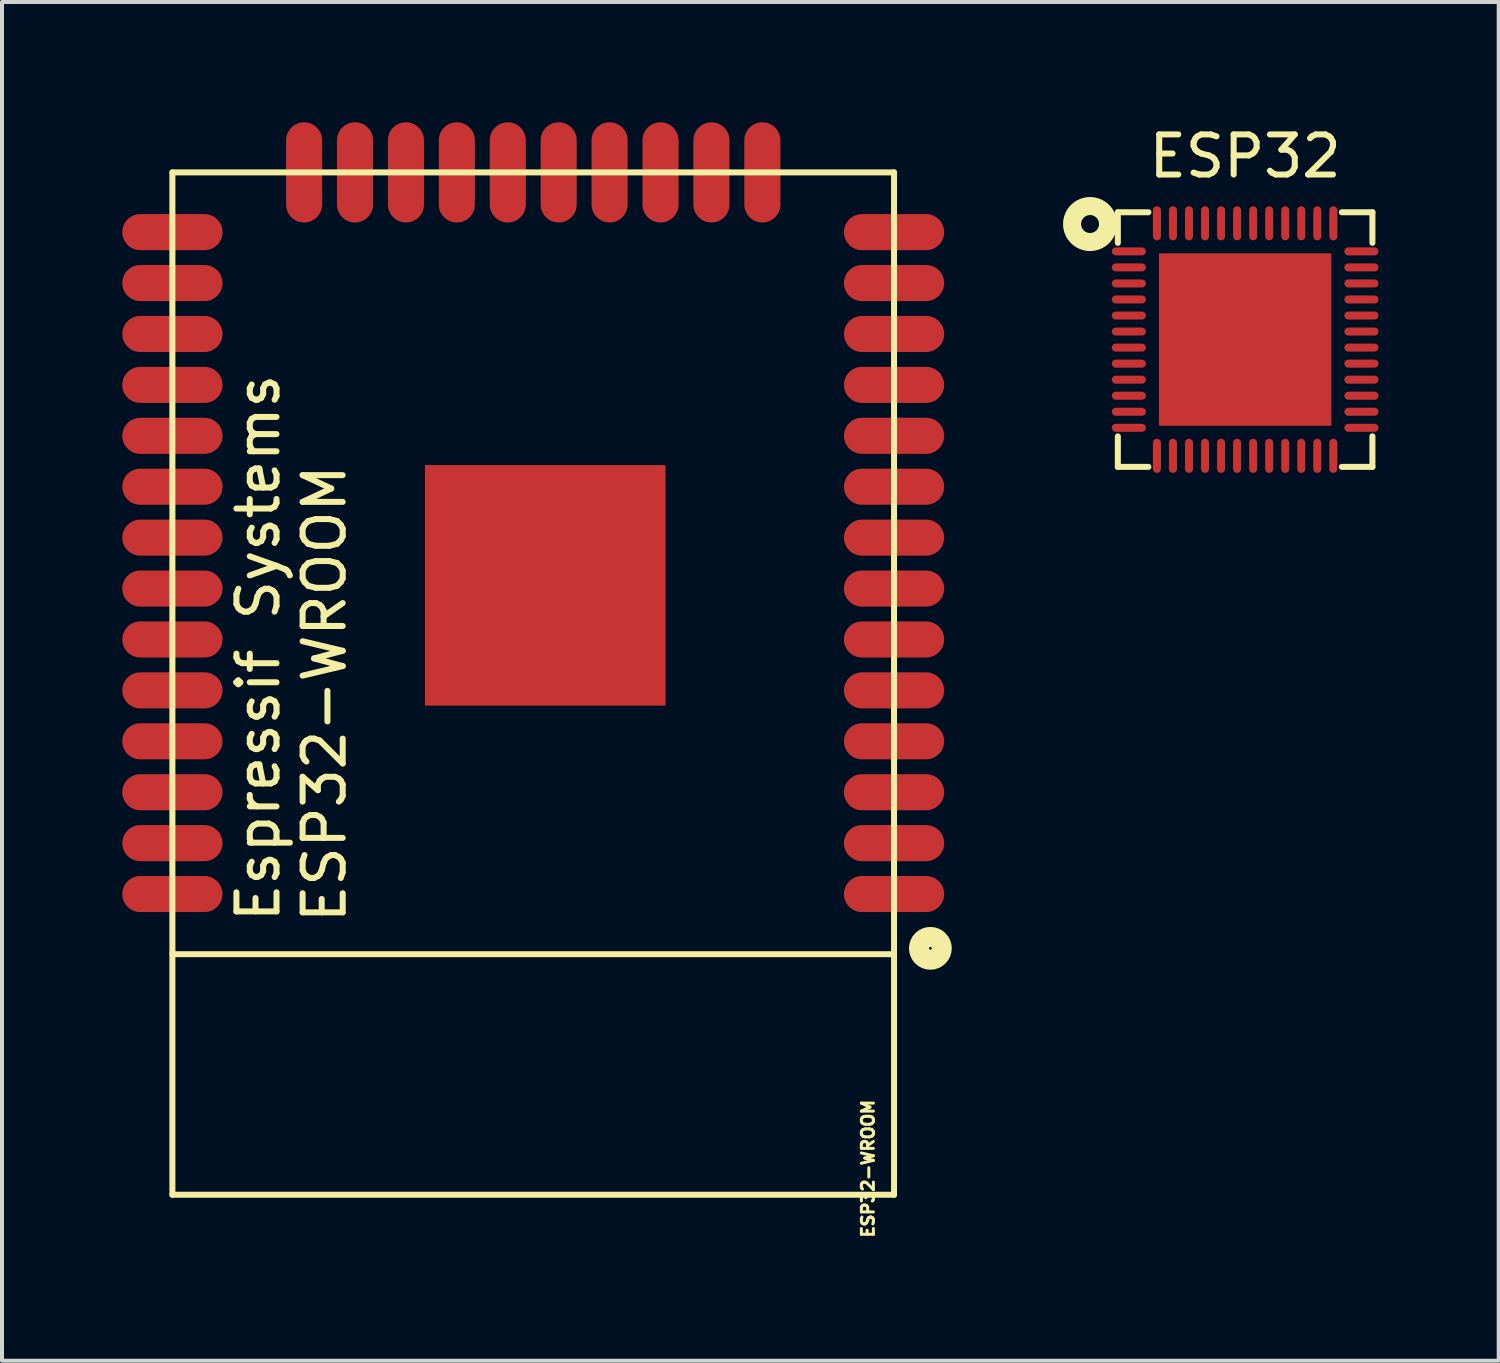
<source format=kicad_pcb>
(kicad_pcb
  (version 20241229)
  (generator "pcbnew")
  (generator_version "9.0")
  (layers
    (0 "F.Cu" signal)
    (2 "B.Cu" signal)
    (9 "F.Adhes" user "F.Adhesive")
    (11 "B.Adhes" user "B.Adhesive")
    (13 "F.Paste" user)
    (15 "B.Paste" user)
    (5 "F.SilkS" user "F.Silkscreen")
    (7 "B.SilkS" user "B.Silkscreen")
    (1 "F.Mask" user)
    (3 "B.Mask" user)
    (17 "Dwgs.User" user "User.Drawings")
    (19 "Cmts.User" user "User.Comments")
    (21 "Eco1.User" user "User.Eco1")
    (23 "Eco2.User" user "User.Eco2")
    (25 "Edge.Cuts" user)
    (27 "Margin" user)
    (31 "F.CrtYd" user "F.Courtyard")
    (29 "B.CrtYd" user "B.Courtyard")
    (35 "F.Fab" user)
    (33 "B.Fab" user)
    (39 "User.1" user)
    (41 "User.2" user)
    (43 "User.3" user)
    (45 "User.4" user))
  (footprint "ESP32-WROOM"
    (layer "F.Cu")
    (at 10.25 14)
    (property "Reference" "ESP32-WROOM" (at 8.35 12.1 90) (layer "F.SilkS") (effects (font (size 0.3 0.3) (thickness 0.075))))
    (attr smd)
    (fp_line (start -9 -12.75) (end 9 -12.75) (stroke (width 0.15) (type solid)) (layer "F.SilkS"))
    (fp_line (start -9 6.75) (end 9 6.75) (stroke (width 0.15) (type solid)) (layer "F.SilkS"))
    (fp_line (start -9 12.75) (end -9 -12.75) (stroke (width 0.15) (type solid)) (layer "F.SilkS"))
    (fp_line (start -9 12.75) (end 9 12.75) (stroke (width 0.15) (type solid)) (layer "F.SilkS"))
    (fp_line (start 9 12.75) (end 9 -12.75) (stroke (width 0.15) (type solid)) (layer "F.SilkS"))
    (fp_circle (center 9.906 6.604) (end 10.033 6.858) (stroke (width 0.5) (type solid)) (fill no) (layer "F.SilkS"))
    (fp_text user "Espressif Systems" (at -6.858 -0.889 90) (layer "F.SilkS") (effects (font (size 1 1) (thickness 0.15))))
    (fp_text user "ESP32-WROOM" (at -5.207 0.254 90) (layer "F.SilkS") (effects (font (size 1 1) (thickness 0.15))))
    (pad "1" smd oval (at 9 5.25) (size 2.5 0.9) (layers "F.Cu" "F.Mask" "F.Paste"))
    (pad "2" smd oval (at 9 3.98) (size 2.5 0.9) (layers "F.Cu" "F.Mask" "F.Paste"))
    (pad "3" smd oval (at 9 2.71) (size 2.5 0.9) (layers "F.Cu" "F.Mask" "F.Paste"))
    (pad "4" smd oval (at 9 1.44) (size 2.5 0.9) (layers "F.Cu" "F.Mask" "F.Paste"))
    (pad "5" smd oval (at 9 0.17) (size 2.5 0.9) (layers "F.Cu" "F.Mask" "F.Paste"))
    (pad "6" smd oval (at 9 -1.1) (size 2.5 0.9) (layers "F.Cu" "F.Mask" "F.Paste"))
    (pad "7" smd oval (at 9 -2.37) (size 2.5 0.9) (layers "F.Cu" "F.Mask" "F.Paste"))
    (pad "8" smd oval (at 9 -3.64) (size 2.5 0.9) (layers "F.Cu" "F.Mask" "F.Paste"))
    (pad "9" smd oval (at 9 -4.91) (size 2.5 0.9) (layers "F.Cu" "F.Mask" "F.Paste"))
    (pad "10" smd oval (at 9 -6.18) (size 2.5 0.9) (layers "F.Cu" "F.Mask" "F.Paste"))
    (pad "11" smd oval (at 9 -7.45) (size 2.5 0.9) (layers "F.Cu" "F.Mask" "F.Paste"))
    (pad "12" smd oval (at 9 -8.72) (size 2.5 0.9) (layers "F.Cu" "F.Mask" "F.Paste"))
    (pad "13" smd oval (at 9 -9.99) (size 2.5 0.9) (layers "F.Cu" "F.Mask" "F.Paste"))
    (pad "14" smd oval (at 9 -11.26) (size 2.5 0.9) (layers "F.Cu" "F.Mask" "F.Paste"))
    (pad "15" smd oval (at 5.715 -12.75) (size 0.9 2.5) (layers "F.Cu" "F.Mask" "F.Paste"))
    (pad "16" smd oval (at 4.445 -12.75) (size 0.9 2.5) (layers "F.Cu" "F.Mask" "F.Paste"))
    (pad "17" smd oval (at 3.175 -12.75) (size 0.9 2.5) (layers "F.Cu" "F.Mask" "F.Paste"))
    (pad "18" smd oval (at 1.905 -12.75) (size 0.9 2.5) (layers "F.Cu" "F.Mask" "F.Paste"))
    (pad "19" smd oval (at 0.635 -12.75) (size 0.9 2.5) (layers "F.Cu" "F.Mask" "F.Paste"))
    (pad "20" smd oval (at -0.635 -12.75) (size 0.9 2.5) (layers "F.Cu" "F.Mask" "F.Paste"))
    (pad "21" smd oval (at -1.905 -12.75) (size 0.9 2.5) (layers "F.Cu" "F.Mask" "F.Paste"))
    (pad "22" smd oval (at -3.175 -12.75) (size 0.9 2.5) (layers "F.Cu" "F.Mask" "F.Paste"))
    (pad "23" smd oval (at -4.445 -12.75) (size 0.9 2.5) (layers "F.Cu" "F.Mask" "F.Paste"))
    (pad "24" smd oval (at -5.715 -12.75) (size 0.9 2.5) (layers "F.Cu" "F.Mask" "F.Paste"))
    (pad "25" smd oval (at -9 -11.26) (size 2.5 0.9) (layers "F.Cu" "F.Mask" "F.Paste"))
    (pad "26" smd oval (at -9 -9.99) (size 2.5 0.9) (layers "F.Cu" "F.Mask" "F.Paste"))
    (pad "27" smd oval (at -9 -8.72) (size 2.5 0.9) (layers "F.Cu" "F.Mask" "F.Paste"))
    (pad "28" smd oval (at -9 -7.45) (size 2.5 0.9) (layers "F.Cu" "F.Mask" "F.Paste"))
    (pad "29" smd oval (at -9 -6.18) (size 2.5 0.9) (layers "F.Cu" "F.Mask" "F.Paste"))
    (pad "30" smd oval (at -9 -4.91) (size 2.5 0.9) (layers "F.Cu" "F.Mask" "F.Paste"))
    (pad "31" smd oval (at -9 -3.64) (size 2.5 0.9) (layers "F.Cu" "F.Mask" "F.Paste"))
    (pad "32" smd oval (at -9 -2.37) (size 2.5 0.9) (layers "F.Cu" "F.Mask" "F.Paste"))
    (pad "33" smd oval (at -9 -1.1) (size 2.5 0.9) (layers "F.Cu" "F.Mask" "F.Paste"))
    (pad "34" smd oval (at -9 0.17) (size 2.5 0.9) (layers "F.Cu" "F.Mask" "F.Paste"))
    (pad "35" smd oval (at -9 1.44) (size 2.5 0.9) (layers "F.Cu" "F.Mask" "F.Paste"))
    (pad "36" smd oval (at -9 2.71) (size 2.5 0.9) (layers "F.Cu" "F.Mask" "F.Paste"))
    (pad "37" smd oval (at -9 3.98) (size 2.5 0.9) (layers "F.Cu" "F.Mask" "F.Paste"))
    (pad "38" smd oval (at -9 5.25) (size 2.5 0.9) (layers "F.Cu" "F.Mask" "F.Paste"))
    (pad "39" smd rect (at 0.3 -2.45) (size 6 6) (layers "F.Cu" "F.Mask" "F.Paste")))
  (footprint "ESP32"
    (layer "F.Cu")
    (at 27.989 5.438)
    (property "Reference" "ESP32" (at 0.018 -4.59 0) (layer "F.SilkS") (effects (font (size 1 1) (thickness 0.15))))
    (attr through_hole)
    (fp_line (start -3.157 -3.193) (end -3.157 -2.431) (stroke (width 0.15) (type solid)) (layer "F.SilkS"))
    (fp_line (start -3.157 2.395) (end -3.157 3.157) (stroke (width 0.15) (type solid)) (layer "F.SilkS"))
    (fp_line (start -3.157 3.157) (end -2.395 3.157) (stroke (width 0.15) (type solid)) (layer "F.SilkS"))
    (fp_line (start -2.395 -3.193) (end -3.157 -3.193) (stroke (width 0.15) (type solid)) (layer "F.SilkS"))
    (fp_line (start 2.431 -3.193) (end 3.193 -3.193) (stroke (width 0.15) (type solid)) (layer "F.SilkS"))
    (fp_line (start 3.193 -3.193) (end 3.193 -2.431) (stroke (width 0.15) (type solid)) (layer "F.SilkS"))
    (fp_line (start 3.193 2.395) (end 3.193 3.157) (stroke (width 0.15) (type solid)) (layer "F.SilkS"))
    (fp_line (start 3.193 3.157) (end 2.431 3.157) (stroke (width 0.15) (type solid)) (layer "F.SilkS"))
    (fp_circle (center -3.85 -2.9) (end -3.95 -3.1) (stroke (width 0.45) (type solid)) (fill no) (layer "F.SilkS"))
    (pad "1" smd oval (at -2.882 -2.218) (size 0.85 0.2) (layers "F.Cu" "F.Mask" "F.Paste"))
    (pad "2" smd oval (at -2.882 -1.818) (size 0.85 0.2) (layers "F.Cu" "F.Mask" "F.Paste"))
    (pad "3" smd oval (at -2.882 -1.418) (size 0.85 0.2) (layers "F.Cu" "F.Mask" "F.Paste"))
    (pad "4" smd oval (at -2.882 -1.018) (size 0.85 0.2) (layers "F.Cu" "F.Mask" "F.Paste"))
    (pad "5" smd oval (at -2.882 -0.618) (size 0.85 0.2) (layers "F.Cu" "F.Mask" "F.Paste"))
    (pad "6" smd oval (at -2.882 -0.218) (size 0.85 0.2) (layers "F.Cu" "F.Mask" "F.Paste"))
    (pad "7" smd oval (at -2.882 0.182) (size 0.85 0.2) (layers "F.Cu" "F.Mask" "F.Paste"))
    (pad "8" smd oval (at -2.882 0.582) (size 0.85 0.2) (layers "F.Cu" "F.Mask" "F.Paste"))
    (pad "9" smd oval (at -2.882 0.982) (size 0.85 0.2) (layers "F.Cu" "F.Mask" "F.Paste"))
    (pad "10" smd oval (at -2.882 1.382) (size 0.85 0.2) (layers "F.Cu" "F.Mask" "F.Paste"))
    (pad "11" smd oval (at -2.882 1.782) (size 0.85 0.2) (layers "F.Cu" "F.Mask" "F.Paste"))
    (pad "12" smd oval (at -2.882 2.182) (size 0.85 0.2) (layers "F.Cu" "F.Mask" "F.Paste"))
    (pad "13" smd oval (at -2.182 2.882) (size 0.2 0.85) (layers "F.Cu" "F.Mask" "F.Paste"))
    (pad "14" smd oval (at -1.782 2.882) (size 0.2 0.85) (layers "F.Cu" "F.Mask" "F.Paste"))
    (pad "15" smd oval (at -1.382 2.882) (size 0.2 0.85) (layers "F.Cu" "F.Mask" "F.Paste"))
    (pad "16" smd oval (at -0.982 2.882) (size 0.2 0.85) (layers "F.Cu" "F.Mask" "F.Paste"))
    (pad "17" smd oval (at -0.582 2.882) (size 0.2 0.85) (layers "F.Cu" "F.Mask" "F.Paste"))
    (pad "18" smd oval (at -0.182 2.882) (size 0.2 0.85) (layers "F.Cu" "F.Mask" "F.Paste"))
    (pad "19" smd oval (at 0.218 2.882) (size 0.2 0.85) (layers "F.Cu" "F.Mask" "F.Paste"))
    (pad "20" smd oval (at 0.618 2.882) (size 0.2 0.85) (layers "F.Cu" "F.Mask" "F.Paste"))
    (pad "21" smd oval (at 1.018 2.882) (size 0.2 0.85) (layers "F.Cu" "F.Mask" "F.Paste"))
    (pad "22" smd oval (at 1.418 2.882) (size 0.2 0.85) (layers "F.Cu" "F.Mask" "F.Paste"))
    (pad "23" smd oval (at 1.818 2.882) (size 0.2 0.85) (layers "F.Cu" "F.Mask" "F.Paste"))
    (pad "24" smd oval (at 2.218 2.882) (size 0.2 0.85) (layers "F.Cu" "F.Mask" "F.Paste"))
    (pad "25" smd oval (at 2.918 2.182) (size 0.85 0.2) (layers "F.Cu" "F.Mask" "F.Paste"))
    (pad "26" smd oval (at 2.918 1.782) (size 0.85 0.2) (layers "F.Cu" "F.Mask" "F.Paste"))
    (pad "27" smd oval (at 2.918 1.382) (size 0.85 0.2) (layers "F.Cu" "F.Mask" "F.Paste"))
    (pad "28" smd oval (at 2.918 0.982) (size 0.85 0.2) (layers "F.Cu" "F.Mask" "F.Paste"))
    (pad "29" smd oval (at 2.918 0.582) (size 0.85 0.2) (layers "F.Cu" "F.Mask" "F.Paste"))
    (pad "30" smd oval (at 2.918 0.182) (size 0.85 0.2) (layers "F.Cu" "F.Mask" "F.Paste"))
    (pad "31" smd oval (at 2.918 -0.218) (size 0.85 0.2) (layers "F.Cu" "F.Mask" "F.Paste"))
    (pad "32" smd oval (at 2.918 -0.618) (size 0.85 0.2) (layers "F.Cu" "F.Mask" "F.Paste"))
    (pad "33" smd oval (at 2.918 -1.018) (size 0.85 0.2) (layers "F.Cu" "F.Mask" "F.Paste"))
    (pad "34" smd oval (at 2.918 -1.418) (size 0.85 0.2) (layers "F.Cu" "F.Mask" "F.Paste"))
    (pad "35" smd oval (at 2.918 -1.818) (size 0.85 0.2) (layers "F.Cu" "F.Mask" "F.Paste"))
    (pad "36" smd oval (at 2.918 -2.218) (size 0.85 0.2) (layers "F.Cu" "F.Mask" "F.Paste"))
    (pad "37" smd oval (at 2.218 -2.918) (size 0.2 0.85) (layers "F.Cu" "F.Mask" "F.Paste"))
    (pad "38" smd oval (at 1.818 -2.918) (size 0.2 0.85) (layers "F.Cu" "F.Mask" "F.Paste"))
    (pad "39" smd oval (at 1.418 -2.918) (size 0.2 0.85) (layers "F.Cu" "F.Mask" "F.Paste"))
    (pad "40" smd oval (at 1.018 -2.918) (size 0.2 0.85) (layers "F.Cu" "F.Mask" "F.Paste"))
    (pad "41" smd oval (at 0.618 -2.918) (size 0.2 0.85) (layers "F.Cu" "F.Mask" "F.Paste"))
    (pad "42" smd oval (at 0.218 -2.918) (size 0.2 0.85) (layers "F.Cu" "F.Mask" "F.Paste"))
    (pad "43" smd oval (at -0.182 -2.918) (size 0.2 0.85) (layers "F.Cu" "F.Mask" "F.Paste"))
    (pad "44" smd oval (at -0.582 -2.918) (size 0.2 0.85) (layers "F.Cu" "F.Mask" "F.Paste"))
    (pad "45" smd oval (at -0.982 -2.918) (size 0.2 0.85) (layers "F.Cu" "F.Mask" "F.Paste"))
    (pad "46" smd oval (at -1.382 -2.918) (size 0.2 0.85) (layers "F.Cu" "F.Mask" "F.Paste"))
    (pad "47" smd oval (at -1.782 -2.918) (size 0.2 0.85) (layers "F.Cu" "F.Mask" "F.Paste"))
    (pad "48" smd oval (at -2.182 -2.918) (size 0.2 0.85) (layers "F.Cu" "F.Mask" "F.Paste"))
    (pad "49" smd rect (at 0.018 -0.018) (size 4.3 4.3) (layers "F.Cu" "F.Mask" "F.Paste")))
  (gr_rect
    (start -3 -3)
    (end 34.332 30.89)
    (stroke (width 0.1) (type default))
    (fill no)
    (layer "Edge.Cuts")))
</source>
